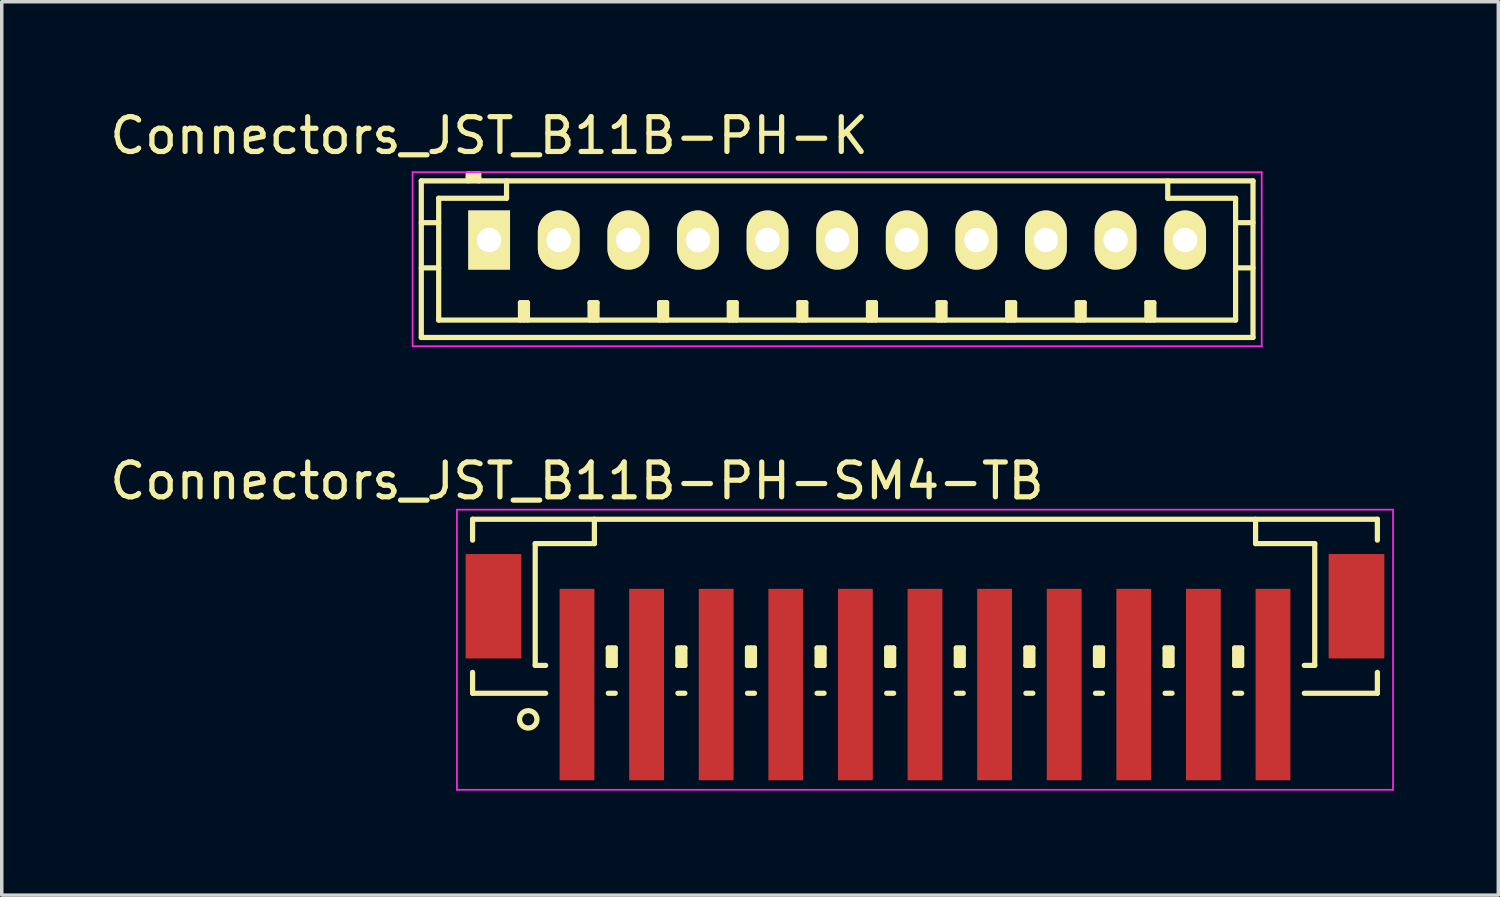
<source format=kicad_pcb>
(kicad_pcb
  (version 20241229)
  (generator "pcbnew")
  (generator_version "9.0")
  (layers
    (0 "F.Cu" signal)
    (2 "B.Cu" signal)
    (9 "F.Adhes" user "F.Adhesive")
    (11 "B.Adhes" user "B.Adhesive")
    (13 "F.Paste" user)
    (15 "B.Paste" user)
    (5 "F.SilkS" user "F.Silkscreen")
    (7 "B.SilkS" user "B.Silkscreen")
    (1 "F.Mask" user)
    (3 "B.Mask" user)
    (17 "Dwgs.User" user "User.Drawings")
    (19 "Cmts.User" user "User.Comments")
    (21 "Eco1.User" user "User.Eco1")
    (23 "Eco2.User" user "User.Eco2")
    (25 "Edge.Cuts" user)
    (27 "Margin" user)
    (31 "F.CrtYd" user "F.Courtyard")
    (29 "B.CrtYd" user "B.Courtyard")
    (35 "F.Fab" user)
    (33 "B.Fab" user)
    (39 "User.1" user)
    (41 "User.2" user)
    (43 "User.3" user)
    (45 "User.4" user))
  (footprint "Connectors_JST_B11B-PH-K"
    (layer "F.Cu")
    (at 11.006 3.848)
    (property "Reference" "Connectors_JST_B11B-PH-K" (at 0 -3 0) (layer "F.SilkS") (effects (font (size 1 1) (thickness 0.15))))
    (attr through_hole)
    (fp_line (start -1.95 -1.7) (end 21.95 -1.7) (stroke (width 0.15) (type solid)) (layer "F.SilkS"))
    (fp_line (start -1.95 -0.5) (end -1.45 -0.5) (stroke (width 0.15) (type solid)) (layer "F.SilkS"))
    (fp_line (start -1.95 0.8) (end -1.45 0.8) (stroke (width 0.15) (type solid)) (layer "F.SilkS"))
    (fp_line (start -1.95 2.8) (end -1.95 -1.7) (stroke (width 0.15) (type solid)) (layer "F.SilkS"))
    (fp_line (start -1.45 -1.2) (end -1.45 2.3) (stroke (width 0.15) (type solid)) (layer "F.SilkS"))
    (fp_line (start -1.45 2.3) (end 21.45 2.3) (stroke (width 0.15) (type solid)) (layer "F.SilkS"))
    (fp_line (start -0.6 -1.9) (end -0.6 -1.7) (stroke (width 0.15) (type solid)) (layer "F.SilkS"))
    (fp_line (start -0.3 -1.9) (end -0.6 -1.9) (stroke (width 0.15) (type solid)) (layer "F.SilkS"))
    (fp_line (start -0.3 -1.8) (end -0.6 -1.8) (stroke (width 0.15) (type solid)) (layer "F.SilkS"))
    (fp_line (start -0.3 -1.7) (end -0.3 -1.9) (stroke (width 0.15) (type solid)) (layer "F.SilkS"))
    (fp_line (start 0.5 -1.7) (end 0.5 -1.2) (stroke (width 0.15) (type solid)) (layer "F.SilkS"))
    (fp_line (start 0.5 -1.2) (end -1.45 -1.2) (stroke (width 0.15) (type solid)) (layer "F.SilkS"))
    (fp_line (start 0.9 1.8) (end 1.1 1.8) (stroke (width 0.15) (type solid)) (layer "F.SilkS"))
    (fp_line (start 0.9 2.3) (end 0.9 1.8) (stroke (width 0.15) (type solid)) (layer "F.SilkS"))
    (fp_line (start 1 2.3) (end 1 1.8) (stroke (width 0.15) (type solid)) (layer "F.SilkS"))
    (fp_line (start 1.1 1.8) (end 1.1 2.3) (stroke (width 0.15) (type solid)) (layer "F.SilkS"))
    (fp_line (start 2.9 1.8) (end 3.1 1.8) (stroke (width 0.15) (type solid)) (layer "F.SilkS"))
    (fp_line (start 2.9 2.3) (end 2.9 1.8) (stroke (width 0.15) (type solid)) (layer "F.SilkS"))
    (fp_line (start 3 2.3) (end 3 1.8) (stroke (width 0.15) (type solid)) (layer "F.SilkS"))
    (fp_line (start 3.1 1.8) (end 3.1 2.3) (stroke (width 0.15) (type solid)) (layer "F.SilkS"))
    (fp_line (start 4.9 1.8) (end 5.1 1.8) (stroke (width 0.15) (type solid)) (layer "F.SilkS"))
    (fp_line (start 4.9 2.3) (end 4.9 1.8) (stroke (width 0.15) (type solid)) (layer "F.SilkS"))
    (fp_line (start 5 2.3) (end 5 1.8) (stroke (width 0.15) (type solid)) (layer "F.SilkS"))
    (fp_line (start 5.1 1.8) (end 5.1 2.3) (stroke (width 0.15) (type solid)) (layer "F.SilkS"))
    (fp_line (start 6.9 1.8) (end 7.1 1.8) (stroke (width 0.15) (type solid)) (layer "F.SilkS"))
    (fp_line (start 6.9 2.3) (end 6.9 1.8) (stroke (width 0.15) (type solid)) (layer "F.SilkS"))
    (fp_line (start 7 2.3) (end 7 1.8) (stroke (width 0.15) (type solid)) (layer "F.SilkS"))
    (fp_line (start 7.1 1.8) (end 7.1 2.3) (stroke (width 0.15) (type solid)) (layer "F.SilkS"))
    (fp_line (start 8.9 1.8) (end 9.1 1.8) (stroke (width 0.15) (type solid)) (layer "F.SilkS"))
    (fp_line (start 8.9 2.3) (end 8.9 1.8) (stroke (width 0.15) (type solid)) (layer "F.SilkS"))
    (fp_line (start 9 2.3) (end 9 1.8) (stroke (width 0.15) (type solid)) (layer "F.SilkS"))
    (fp_line (start 9.1 1.8) (end 9.1 2.3) (stroke (width 0.15) (type solid)) (layer "F.SilkS"))
    (fp_line (start 10.9 1.8) (end 11.1 1.8) (stroke (width 0.15) (type solid)) (layer "F.SilkS"))
    (fp_line (start 10.9 2.3) (end 10.9 1.8) (stroke (width 0.15) (type solid)) (layer "F.SilkS"))
    (fp_line (start 11 2.3) (end 11 1.8) (stroke (width 0.15) (type solid)) (layer "F.SilkS"))
    (fp_line (start 11.1 1.8) (end 11.1 2.3) (stroke (width 0.15) (type solid)) (layer "F.SilkS"))
    (fp_line (start 12.9 1.8) (end 13.1 1.8) (stroke (width 0.15) (type solid)) (layer "F.SilkS"))
    (fp_line (start 12.9 2.3) (end 12.9 1.8) (stroke (width 0.15) (type solid)) (layer "F.SilkS"))
    (fp_line (start 13 2.3) (end 13 1.8) (stroke (width 0.15) (type solid)) (layer "F.SilkS"))
    (fp_line (start 13.1 1.8) (end 13.1 2.3) (stroke (width 0.15) (type solid)) (layer "F.SilkS"))
    (fp_line (start 14.9 1.8) (end 15.1 1.8) (stroke (width 0.15) (type solid)) (layer "F.SilkS"))
    (fp_line (start 14.9 2.3) (end 14.9 1.8) (stroke (width 0.15) (type solid)) (layer "F.SilkS"))
    (fp_line (start 15 2.3) (end 15 1.8) (stroke (width 0.15) (type solid)) (layer "F.SilkS"))
    (fp_line (start 15.1 1.8) (end 15.1 2.3) (stroke (width 0.15) (type solid)) (layer "F.SilkS"))
    (fp_line (start 16.9 1.8) (end 17.1 1.8) (stroke (width 0.15) (type solid)) (layer "F.SilkS"))
    (fp_line (start 16.9 2.3) (end 16.9 1.8) (stroke (width 0.15) (type solid)) (layer "F.SilkS"))
    (fp_line (start 17 2.3) (end 17 1.8) (stroke (width 0.15) (type solid)) (layer "F.SilkS"))
    (fp_line (start 17.1 1.8) (end 17.1 2.3) (stroke (width 0.15) (type solid)) (layer "F.SilkS"))
    (fp_line (start 18.9 1.8) (end 19.1 1.8) (stroke (width 0.15) (type solid)) (layer "F.SilkS"))
    (fp_line (start 18.9 2.3) (end 18.9 1.8) (stroke (width 0.15) (type solid)) (layer "F.SilkS"))
    (fp_line (start 19 2.3) (end 19 1.8) (stroke (width 0.15) (type solid)) (layer "F.SilkS"))
    (fp_line (start 19.1 1.8) (end 19.1 2.3) (stroke (width 0.15) (type solid)) (layer "F.SilkS"))
    (fp_line (start 19.5 -1.2) (end 19.5 -1.7) (stroke (width 0.15) (type solid)) (layer "F.SilkS"))
    (fp_line (start 21.45 -1.2) (end 19.5 -1.2) (stroke (width 0.15) (type solid)) (layer "F.SilkS"))
    (fp_line (start 21.45 -0.5) (end 21.95 -0.5) (stroke (width 0.15) (type solid)) (layer "F.SilkS"))
    (fp_line (start 21.45 0.8) (end 21.95 0.8) (stroke (width 0.15) (type solid)) (layer "F.SilkS"))
    (fp_line (start 21.45 2.3) (end 21.45 -1.2) (stroke (width 0.15) (type solid)) (layer "F.SilkS"))
    (fp_line (start 21.95 -1.7) (end 21.95 2.8) (stroke (width 0.15) (type solid)) (layer "F.SilkS"))
    (fp_line (start 21.95 2.8) (end -1.95 2.8) (stroke (width 0.15) (type solid)) (layer "F.SilkS"))
    (fp_line (start -2.2 -1.95) (end 22.2 -1.95) (stroke (width 0.05) (type solid)) (layer "F.CrtYd"))
    (fp_line (start -2.2 3.05) (end -2.2 -1.95) (stroke (width 0.05) (type solid)) (layer "F.CrtYd"))
    (fp_line (start 22.2 -1.95) (end 22.2 3.05) (stroke (width 0.05) (type solid)) (layer "F.CrtYd"))
    (fp_line (start 22.2 3.05) (end -2.2 3.05) (stroke (width 0.05) (type solid)) (layer "F.CrtYd"))
    (pad "1" thru_hole rect (at 0 0) (size 1.2 1.7) (drill 0.7) (layers "*.Cu" "*.Mask" "F.SilkS"))
    (pad "2" thru_hole oval (at 2 0) (size 1.2 1.7) (drill 0.7) (layers "*.Cu" "*.Mask" "F.SilkS"))
    (pad "3" thru_hole oval (at 4 0) (size 1.2 1.7) (drill 0.7) (layers "*.Cu" "*.Mask" "F.SilkS"))
    (pad "4" thru_hole oval (at 6 0) (size 1.2 1.7) (drill 0.7) (layers "*.Cu" "*.Mask" "F.SilkS"))
    (pad "5" thru_hole oval (at 8 0) (size 1.2 1.7) (drill 0.7) (layers "*.Cu" "*.Mask" "F.SilkS"))
    (pad "6" thru_hole oval (at 10 0) (size 1.2 1.7) (drill 0.7) (layers "*.Cu" "*.Mask" "F.SilkS"))
    (pad "7" thru_hole oval (at 12 0) (size 1.2 1.7) (drill 0.7) (layers "*.Cu" "*.Mask" "F.SilkS"))
    (pad "8" thru_hole oval (at 14 0) (size 1.2 1.7) (drill 0.7) (layers "*.Cu" "*.Mask" "F.SilkS"))
    (pad "9" thru_hole oval (at 16 0) (size 1.2 1.7) (drill 0.7) (layers "*.Cu" "*.Mask" "F.SilkS"))
    (pad "10" thru_hole oval (at 18 0) (size 1.2 1.7) (drill 0.7) (layers "*.Cu" "*.Mask" "F.SilkS"))
    (pad "11" thru_hole oval (at 20 0) (size 1.2 1.7) (drill 0.7) (layers "*.Cu" "*.Mask" "F.SilkS")))
  (footprint "Connectors_JST_B11B-PH-SM4-TB"
    (layer "F.Cu")
    (at 23.53 15.496)
    (property "Reference" "Connectors_JST_B11B-PH-SM4-TB" (at -10 -4.725 0) (layer "F.SilkS") (effects (font (size 1 1) (thickness 0.15))))
    (attr smd)
    (fp_line (start -13 -3.625) (end 13 -3.625) (stroke (width 0.15) (type solid)) (layer "F.SilkS"))
    (fp_line (start -13 -3.025) (end -13 -3.625) (stroke (width 0.15) (type solid)) (layer "F.SilkS"))
    (fp_line (start -13 0.775) (end -13 1.375) (stroke (width 0.15) (type solid)) (layer "F.SilkS"))
    (fp_line (start -13 1.375) (end -10.9 1.375) (stroke (width 0.15) (type solid)) (layer "F.SilkS"))
    (fp_line (start -11.2 -2.925) (end -11.2 0.575) (stroke (width 0.15) (type solid)) (layer "F.SilkS"))
    (fp_line (start -11.2 0.575) (end -10.9 0.575) (stroke (width 0.15) (type solid)) (layer "F.SilkS"))
    (fp_line (start -9.5 -3.625) (end -9.5 -2.925) (stroke (width 0.15) (type solid)) (layer "F.SilkS"))
    (fp_line (start -9.5 -2.925) (end -11.2 -2.925) (stroke (width 0.15) (type solid)) (layer "F.SilkS"))
    (fp_line (start -9.1 0.075) (end -8.9 0.075) (stroke (width 0.15) (type solid)) (layer "F.SilkS"))
    (fp_line (start -9.1 0.575) (end -9.1 0.075) (stroke (width 0.15) (type solid)) (layer "F.SilkS"))
    (fp_line (start -9.1 0.575) (end -8.9 0.575) (stroke (width 0.15) (type solid)) (layer "F.SilkS"))
    (fp_line (start -9.1 1.375) (end -8.9 1.375) (stroke (width 0.15) (type solid)) (layer "F.SilkS"))
    (fp_line (start -9 0.575) (end -9 0.075) (stroke (width 0.15) (type solid)) (layer "F.SilkS"))
    (fp_line (start -8.9 0.075) (end -8.9 0.575) (stroke (width 0.15) (type solid)) (layer "F.SilkS"))
    (fp_line (start -7.1 0.075) (end -6.9 0.075) (stroke (width 0.15) (type solid)) (layer "F.SilkS"))
    (fp_line (start -7.1 0.575) (end -7.1 0.075) (stroke (width 0.15) (type solid)) (layer "F.SilkS"))
    (fp_line (start -7.1 0.575) (end -6.9 0.575) (stroke (width 0.15) (type solid)) (layer "F.SilkS"))
    (fp_line (start -7.1 1.375) (end -6.9 1.375) (stroke (width 0.15) (type solid)) (layer "F.SilkS"))
    (fp_line (start -7 0.575) (end -7 0.075) (stroke (width 0.15) (type solid)) (layer "F.SilkS"))
    (fp_line (start -6.9 0.075) (end -6.9 0.575) (stroke (width 0.15) (type solid)) (layer "F.SilkS"))
    (fp_line (start -5.1 0.075) (end -4.9 0.075) (stroke (width 0.15) (type solid)) (layer "F.SilkS"))
    (fp_line (start -5.1 0.575) (end -5.1 0.075) (stroke (width 0.15) (type solid)) (layer "F.SilkS"))
    (fp_line (start -5.1 0.575) (end -4.9 0.575) (stroke (width 0.15) (type solid)) (layer "F.SilkS"))
    (fp_line (start -5.1 1.375) (end -4.9 1.375) (stroke (width 0.15) (type solid)) (layer "F.SilkS"))
    (fp_line (start -5 0.575) (end -5 0.075) (stroke (width 0.15) (type solid)) (layer "F.SilkS"))
    (fp_line (start -4.9 0.075) (end -4.9 0.575) (stroke (width 0.15) (type solid)) (layer "F.SilkS"))
    (fp_line (start -3.1 0.075) (end -2.9 0.075) (stroke (width 0.15) (type solid)) (layer "F.SilkS"))
    (fp_line (start -3.1 0.575) (end -3.1 0.075) (stroke (width 0.15) (type solid)) (layer "F.SilkS"))
    (fp_line (start -3.1 0.575) (end -2.9 0.575) (stroke (width 0.15) (type solid)) (layer "F.SilkS"))
    (fp_line (start -3.1 1.375) (end -2.9 1.375) (stroke (width 0.15) (type solid)) (layer "F.SilkS"))
    (fp_line (start -3 0.575) (end -3 0.075) (stroke (width 0.15) (type solid)) (layer "F.SilkS"))
    (fp_line (start -2.9 0.075) (end -2.9 0.575) (stroke (width 0.15) (type solid)) (layer "F.SilkS"))
    (fp_line (start -1.1 0.075) (end -0.9 0.075) (stroke (width 0.15) (type solid)) (layer "F.SilkS"))
    (fp_line (start -1.1 0.575) (end -1.1 0.075) (stroke (width 0.15) (type solid)) (layer "F.SilkS"))
    (fp_line (start -1.1 0.575) (end -0.9 0.575) (stroke (width 0.15) (type solid)) (layer "F.SilkS"))
    (fp_line (start -1.1 1.375) (end -0.9 1.375) (stroke (width 0.15) (type solid)) (layer "F.SilkS"))
    (fp_line (start -1 0.575) (end -1 0.075) (stroke (width 0.15) (type solid)) (layer "F.SilkS"))
    (fp_line (start -0.9 0.075) (end -0.9 0.575) (stroke (width 0.15) (type solid)) (layer "F.SilkS"))
    (fp_line (start 0.9 0.075) (end 1.1 0.075) (stroke (width 0.15) (type solid)) (layer "F.SilkS"))
    (fp_line (start 0.9 0.575) (end 0.9 0.075) (stroke (width 0.15) (type solid)) (layer "F.SilkS"))
    (fp_line (start 0.9 0.575) (end 1.1 0.575) (stroke (width 0.15) (type solid)) (layer "F.SilkS"))
    (fp_line (start 0.9 1.375) (end 1.1 1.375) (stroke (width 0.15) (type solid)) (layer "F.SilkS"))
    (fp_line (start 1 0.575) (end 1 0.075) (stroke (width 0.15) (type solid)) (layer "F.SilkS"))
    (fp_line (start 1.1 0.075) (end 1.1 0.575) (stroke (width 0.15) (type solid)) (layer "F.SilkS"))
    (fp_line (start 2.9 0.075) (end 3.1 0.075) (stroke (width 0.15) (type solid)) (layer "F.SilkS"))
    (fp_line (start 2.9 0.575) (end 2.9 0.075) (stroke (width 0.15) (type solid)) (layer "F.SilkS"))
    (fp_line (start 2.9 0.575) (end 3.1 0.575) (stroke (width 0.15) (type solid)) (layer "F.SilkS"))
    (fp_line (start 2.9 1.375) (end 3.1 1.375) (stroke (width 0.15) (type solid)) (layer "F.SilkS"))
    (fp_line (start 3 0.575) (end 3 0.075) (stroke (width 0.15) (type solid)) (layer "F.SilkS"))
    (fp_line (start 3.1 0.075) (end 3.1 0.575) (stroke (width 0.15) (type solid)) (layer "F.SilkS"))
    (fp_line (start 4.9 0.075) (end 5.1 0.075) (stroke (width 0.15) (type solid)) (layer "F.SilkS"))
    (fp_line (start 4.9 0.575) (end 4.9 0.075) (stroke (width 0.15) (type solid)) (layer "F.SilkS"))
    (fp_line (start 4.9 0.575) (end 5.1 0.575) (stroke (width 0.15) (type solid)) (layer "F.SilkS"))
    (fp_line (start 4.9 1.375) (end 5.1 1.375) (stroke (width 0.15) (type solid)) (layer "F.SilkS"))
    (fp_line (start 5 0.575) (end 5 0.075) (stroke (width 0.15) (type solid)) (layer "F.SilkS"))
    (fp_line (start 5.1 0.075) (end 5.1 0.575) (stroke (width 0.15) (type solid)) (layer "F.SilkS"))
    (fp_line (start 6.9 0.075) (end 7.1 0.075) (stroke (width 0.15) (type solid)) (layer "F.SilkS"))
    (fp_line (start 6.9 0.575) (end 6.9 0.075) (stroke (width 0.15) (type solid)) (layer "F.SilkS"))
    (fp_line (start 6.9 0.575) (end 7.1 0.575) (stroke (width 0.15) (type solid)) (layer "F.SilkS"))
    (fp_line (start 6.9 1.375) (end 7.1 1.375) (stroke (width 0.15) (type solid)) (layer "F.SilkS"))
    (fp_line (start 7 0.575) (end 7 0.075) (stroke (width 0.15) (type solid)) (layer "F.SilkS"))
    (fp_line (start 7.1 0.075) (end 7.1 0.575) (stroke (width 0.15) (type solid)) (layer "F.SilkS"))
    (fp_line (start 8.9 0.075) (end 9.1 0.075) (stroke (width 0.15) (type solid)) (layer "F.SilkS"))
    (fp_line (start 8.9 0.575) (end 8.9 0.075) (stroke (width 0.15) (type solid)) (layer "F.SilkS"))
    (fp_line (start 8.9 0.575) (end 9.1 0.575) (stroke (width 0.15) (type solid)) (layer "F.SilkS"))
    (fp_line (start 8.9 1.375) (end 9.1 1.375) (stroke (width 0.15) (type solid)) (layer "F.SilkS"))
    (fp_line (start 9 0.575) (end 9 0.075) (stroke (width 0.15) (type solid)) (layer "F.SilkS"))
    (fp_line (start 9.1 0.075) (end 9.1 0.575) (stroke (width 0.15) (type solid)) (layer "F.SilkS"))
    (fp_line (start 9.5 -3.625) (end 9.5 -2.925) (stroke (width 0.15) (type solid)) (layer "F.SilkS"))
    (fp_line (start 9.5 -2.925) (end 11.2 -2.925) (stroke (width 0.15) (type solid)) (layer "F.SilkS"))
    (fp_line (start 11.2 -2.925) (end 11.2 0.575) (stroke (width 0.15) (type solid)) (layer "F.SilkS"))
    (fp_line (start 11.2 0.575) (end 10.9 0.575) (stroke (width 0.15) (type solid)) (layer "F.SilkS"))
    (fp_line (start 13 -3.625) (end 13 -3.025) (stroke (width 0.15) (type solid)) (layer "F.SilkS"))
    (fp_line (start 13 0.775) (end 13 1.375) (stroke (width 0.15) (type solid)) (layer "F.SilkS"))
    (fp_line (start 13 1.375) (end 10.9 1.375) (stroke (width 0.15) (type solid)) (layer "F.SilkS"))
    (fp_circle (center -11.4 2.125) (end -11.15 2.125) (stroke (width 0.15) (type solid)) (fill no) (layer "F.SilkS"))
    (fp_line (start -13.45 -3.9) (end 13.45 -3.9) (stroke (width 0.05) (type solid)) (layer "F.CrtYd"))
    (fp_line (start -13.45 4.15) (end -13.45 -3.9) (stroke (width 0.05) (type solid)) (layer "F.CrtYd"))
    (fp_line (start 13.45 -3.9) (end 13.45 4.15) (stroke (width 0.05) (type solid)) (layer "F.CrtYd"))
    (fp_line (start 13.45 4.15) (end -13.45 4.15) (stroke (width 0.05) (type solid)) (layer "F.CrtYd"))
    (pad "" smd rect (at -12.4 -1.125) (size 1.6 3) (layers "F.Cu" "F.Mask" "F.Paste"))
    (pad "" smd rect (at 12.4 -1.125) (size 1.6 3) (layers "F.Cu" "F.Mask" "F.Paste"))
    (pad "1" smd rect (at -10 1.125) (size 1 5.5) (layers "F.Cu" "F.Mask" "F.Paste"))
    (pad "2" smd rect (at -8 1.125) (size 1 5.5) (layers "F.Cu" "F.Mask" "F.Paste"))
    (pad "3" smd rect (at -6 1.125) (size 1 5.5) (layers "F.Cu" "F.Mask" "F.Paste"))
    (pad "4" smd rect (at -4 1.125) (size 1 5.5) (layers "F.Cu" "F.Mask" "F.Paste"))
    (pad "5" smd rect (at -2 1.125) (size 1 5.5) (layers "F.Cu" "F.Mask" "F.Paste"))
    (pad "6" smd rect (at 0 1.125) (size 1 5.5) (layers "F.Cu" "F.Mask" "F.Paste"))
    (pad "7" smd rect (at 2 1.125) (size 1 5.5) (layers "F.Cu" "F.Mask" "F.Paste"))
    (pad "8" smd rect (at 4 1.125) (size 1 5.5) (layers "F.Cu" "F.Mask" "F.Paste"))
    (pad "9" smd rect (at 6 1.125) (size 1 5.5) (layers "F.Cu" "F.Mask" "F.Paste"))
    (pad "10" smd rect (at 8 1.125) (size 1 5.5) (layers "F.Cu" "F.Mask" "F.Paste"))
    (pad "11" smd rect (at 10 1.125) (size 1 5.5) (layers "F.Cu" "F.Mask" "F.Paste")))
  (gr_rect
    (start -3 -3)
    (end 40.005 22.672)
    (stroke (width 0.1) (type default))
    (fill no)
    (layer "Edge.Cuts")))
</source>
